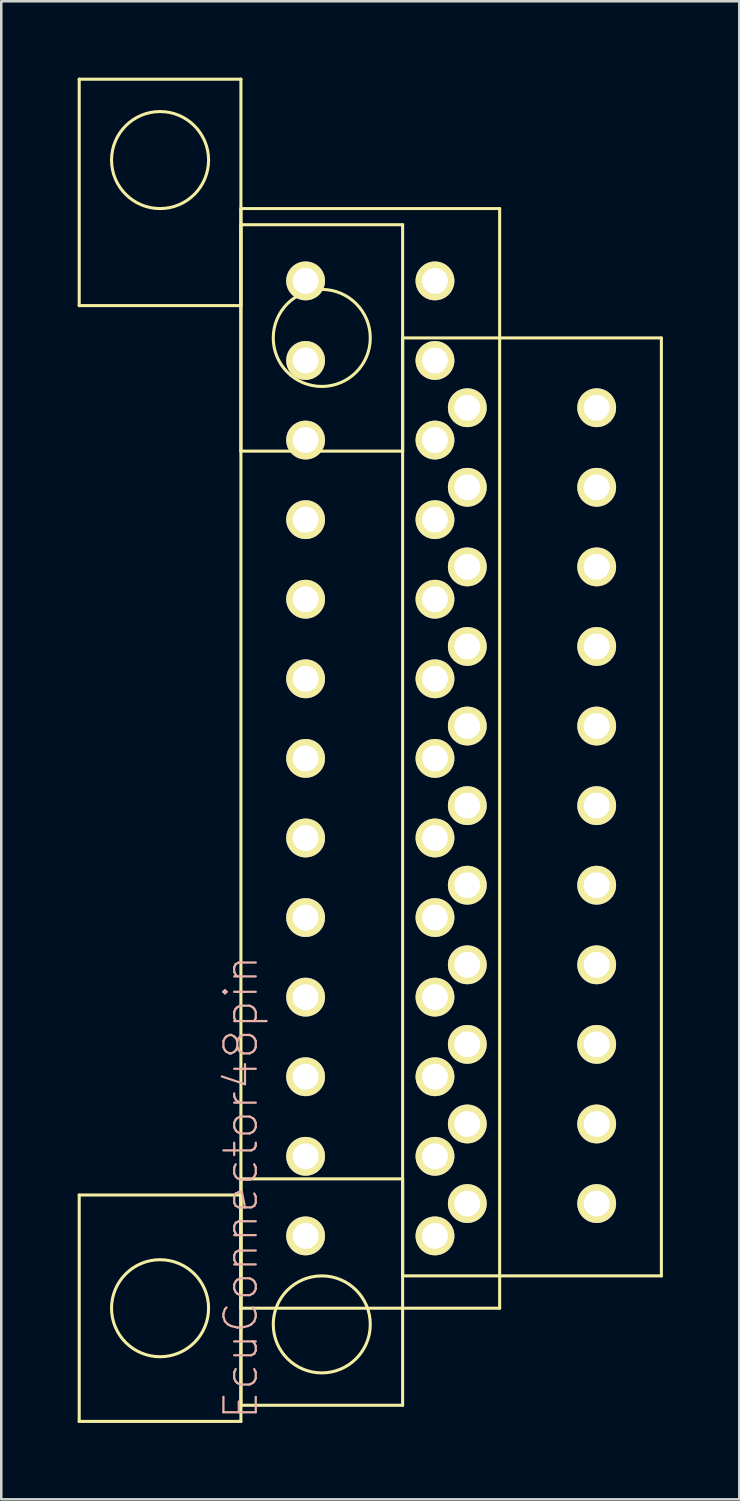
<source format=kicad_pcb>
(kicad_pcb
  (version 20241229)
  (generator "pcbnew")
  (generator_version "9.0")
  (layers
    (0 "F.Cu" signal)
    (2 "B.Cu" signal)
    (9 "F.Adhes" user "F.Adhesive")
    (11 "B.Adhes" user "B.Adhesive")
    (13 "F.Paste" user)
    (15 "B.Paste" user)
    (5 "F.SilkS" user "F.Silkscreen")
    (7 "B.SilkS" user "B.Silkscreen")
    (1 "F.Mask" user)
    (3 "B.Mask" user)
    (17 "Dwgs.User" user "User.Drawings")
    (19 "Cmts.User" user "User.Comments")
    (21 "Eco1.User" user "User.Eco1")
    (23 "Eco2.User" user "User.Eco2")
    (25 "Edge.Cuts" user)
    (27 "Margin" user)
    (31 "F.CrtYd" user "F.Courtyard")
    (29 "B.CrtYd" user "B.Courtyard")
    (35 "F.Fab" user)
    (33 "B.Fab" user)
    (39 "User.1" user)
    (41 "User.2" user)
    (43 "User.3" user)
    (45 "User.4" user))
  (footprint "EcuConnector48pin"
    (layer "F.Cu")
    (at 14.03 26.73)
    (property "Reference" "EcuConnector48pin" (at -7.62 16.845 90) (layer "B.SilkS") (effects (font (size 1.27 1.27) (thickness 0.089))))
    (attr exclude_from_pos_files exclude_from_bom)
    (fp_line (start -13.97 -26.67) (end -7.62 -26.67) (stroke (width 0.12) (type solid)) (layer "F.SilkS"))
    (fp_line (start -13.97 -17.78) (end -13.97 -26.67) (stroke (width 0.12) (type solid)) (layer "F.SilkS"))
    (fp_line (start -13.97 17.145) (end -7.62 17.145) (stroke (width 0.12) (type solid)) (layer "F.SilkS"))
    (fp_line (start -13.97 26.035) (end -13.97 17.145) (stroke (width 0.12) (type solid)) (layer "F.SilkS"))
    (fp_line (start -7.62 -26.67) (end -7.62 -17.78) (stroke (width 0.12) (type solid)) (layer "F.SilkS"))
    (fp_line (start -7.62 -21.59) (end 2.54 -21.59) (stroke (width 0.12) (type solid)) (layer "F.SilkS"))
    (fp_line (start -7.62 -20.955) (end -1.27 -20.955) (stroke (width 0.12) (type solid)) (layer "F.SilkS"))
    (fp_line (start -7.62 -17.78) (end -13.97 -17.78) (stroke (width 0.12) (type solid)) (layer "F.SilkS"))
    (fp_line (start -7.62 -12.065) (end -7.62 -20.955) (stroke (width 0.12) (type solid)) (layer "F.SilkS"))
    (fp_line (start -7.62 16.51) (end -7.62 25.4) (stroke (width 0.12) (type solid)) (layer "F.SilkS"))
    (fp_line (start -7.62 17.145) (end -7.62 26.035) (stroke (width 0.12) (type solid)) (layer "F.SilkS"))
    (fp_line (start -7.62 21.59) (end -7.62 -21.59) (stroke (width 0.12) (type solid)) (layer "F.SilkS"))
    (fp_line (start -7.62 25.4) (end -1.27 25.4) (stroke (width 0.12) (type solid)) (layer "F.SilkS"))
    (fp_line (start -7.62 26.035) (end -13.97 26.035) (stroke (width 0.12) (type solid)) (layer "F.SilkS"))
    (fp_line (start -5.334 -18.496) (end -5.334 -19.004) (stroke (width 0.066) (type solid)) (layer "F.SilkS"))
    (fp_line (start -5.334 -15.371) (end -5.334 -15.879) (stroke (width 0.066) (type solid)) (layer "F.SilkS"))
    (fp_line (start -5.334 -12.246) (end -5.334 -12.754) (stroke (width 0.066) (type solid)) (layer "F.SilkS"))
    (fp_line (start -5.334 -9.121) (end -5.334 -9.629) (stroke (width 0.066) (type solid)) (layer "F.SilkS"))
    (fp_line (start -5.334 -5.996) (end -5.334 -6.504) (stroke (width 0.066) (type solid)) (layer "F.SilkS"))
    (fp_line (start -5.334 -2.871) (end -5.334 -3.379) (stroke (width 0.066) (type solid)) (layer "F.SilkS"))
    (fp_line (start -5.334 0.254) (end -5.334 -0.254) (stroke (width 0.066) (type solid)) (layer "F.SilkS"))
    (fp_line (start -5.334 3.379) (end -5.334 2.871) (stroke (width 0.066) (type solid)) (layer "F.SilkS"))
    (fp_line (start -5.334 6.504) (end -5.334 5.996) (stroke (width 0.066) (type solid)) (layer "F.SilkS"))
    (fp_line (start -5.334 9.629) (end -5.334 9.121) (stroke (width 0.066) (type solid)) (layer "F.SilkS"))
    (fp_line (start -5.334 12.754) (end -5.334 12.246) (stroke (width 0.066) (type solid)) (layer "F.SilkS"))
    (fp_line (start -5.334 15.879) (end -5.334 15.371) (stroke (width 0.066) (type solid)) (layer "F.SilkS"))
    (fp_line (start -5.334 19.004) (end -5.334 18.496) (stroke (width 0.066) (type solid)) (layer "F.SilkS"))
    (fp_line (start -4.826 -19.004) (end -5.334 -19.004) (stroke (width 0.066) (type solid)) (layer "F.SilkS"))
    (fp_line (start -4.826 -18.496) (end -5.334 -18.496) (stroke (width 0.066) (type solid)) (layer "F.SilkS"))
    (fp_line (start -4.826 -18.496) (end -4.826 -19.004) (stroke (width 0.066) (type solid)) (layer "F.SilkS"))
    (fp_line (start -4.826 -15.879) (end -5.334 -15.879) (stroke (width 0.066) (type solid)) (layer "F.SilkS"))
    (fp_line (start -4.826 -15.371) (end -5.334 -15.371) (stroke (width 0.066) (type solid)) (layer "F.SilkS"))
    (fp_line (start -4.826 -15.371) (end -4.826 -15.879) (stroke (width 0.066) (type solid)) (layer "F.SilkS"))
    (fp_line (start -4.826 -12.754) (end -5.334 -12.754) (stroke (width 0.066) (type solid)) (layer "F.SilkS"))
    (fp_line (start -4.826 -12.246) (end -5.334 -12.246) (stroke (width 0.066) (type solid)) (layer "F.SilkS"))
    (fp_line (start -4.826 -12.246) (end -4.826 -12.754) (stroke (width 0.066) (type solid)) (layer "F.SilkS"))
    (fp_line (start -4.826 -9.629) (end -5.334 -9.629) (stroke (width 0.066) (type solid)) (layer "F.SilkS"))
    (fp_line (start -4.826 -9.121) (end -5.334 -9.121) (stroke (width 0.066) (type solid)) (layer "F.SilkS"))
    (fp_line (start -4.826 -9.121) (end -4.826 -9.629) (stroke (width 0.066) (type solid)) (layer "F.SilkS"))
    (fp_line (start -4.826 -6.504) (end -5.334 -6.504) (stroke (width 0.066) (type solid)) (layer "F.SilkS"))
    (fp_line (start -4.826 -5.996) (end -5.334 -5.996) (stroke (width 0.066) (type solid)) (layer "F.SilkS"))
    (fp_line (start -4.826 -5.996) (end -4.826 -6.504) (stroke (width 0.066) (type solid)) (layer "F.SilkS"))
    (fp_line (start -4.826 -3.379) (end -5.334 -3.379) (stroke (width 0.066) (type solid)) (layer "F.SilkS"))
    (fp_line (start -4.826 -2.871) (end -5.334 -2.871) (stroke (width 0.066) (type solid)) (layer "F.SilkS"))
    (fp_line (start -4.826 -2.871) (end -4.826 -3.379) (stroke (width 0.066) (type solid)) (layer "F.SilkS"))
    (fp_line (start -4.826 -0.254) (end -5.334 -0.254) (stroke (width 0.066) (type solid)) (layer "F.SilkS"))
    (fp_line (start -4.826 0.254) (end -5.334 0.254) (stroke (width 0.066) (type solid)) (layer "F.SilkS"))
    (fp_line (start -4.826 0.254) (end -4.826 -0.254) (stroke (width 0.066) (type solid)) (layer "F.SilkS"))
    (fp_line (start -4.826 2.871) (end -5.334 2.871) (stroke (width 0.066) (type solid)) (layer "F.SilkS"))
    (fp_line (start -4.826 3.379) (end -5.334 3.379) (stroke (width 0.066) (type solid)) (layer "F.SilkS"))
    (fp_line (start -4.826 3.379) (end -4.826 2.871) (stroke (width 0.066) (type solid)) (layer "F.SilkS"))
    (fp_line (start -4.826 5.996) (end -5.334 5.996) (stroke (width 0.066) (type solid)) (layer "F.SilkS"))
    (fp_line (start -4.826 6.504) (end -5.334 6.504) (stroke (width 0.066) (type solid)) (layer "F.SilkS"))
    (fp_line (start -4.826 6.504) (end -4.826 5.996) (stroke (width 0.066) (type solid)) (layer "F.SilkS"))
    (fp_line (start -4.826 9.121) (end -5.334 9.121) (stroke (width 0.066) (type solid)) (layer "F.SilkS"))
    (fp_line (start -4.826 9.629) (end -5.334 9.629) (stroke (width 0.066) (type solid)) (layer "F.SilkS"))
    (fp_line (start -4.826 9.629) (end -4.826 9.121) (stroke (width 0.066) (type solid)) (layer "F.SilkS"))
    (fp_line (start -4.826 12.246) (end -5.334 12.246) (stroke (width 0.066) (type solid)) (layer "F.SilkS"))
    (fp_line (start -4.826 12.754) (end -5.334 12.754) (stroke (width 0.066) (type solid)) (layer "F.SilkS"))
    (fp_line (start -4.826 12.754) (end -4.826 12.246) (stroke (width 0.066) (type solid)) (layer "F.SilkS"))
    (fp_line (start -4.826 15.371) (end -5.334 15.371) (stroke (width 0.066) (type solid)) (layer "F.SilkS"))
    (fp_line (start -4.826 15.879) (end -5.334 15.879) (stroke (width 0.066) (type solid)) (layer "F.SilkS"))
    (fp_line (start -4.826 15.879) (end -4.826 15.371) (stroke (width 0.066) (type solid)) (layer "F.SilkS"))
    (fp_line (start -4.826 18.496) (end -5.334 18.496) (stroke (width 0.066) (type solid)) (layer "F.SilkS"))
    (fp_line (start -4.826 19.004) (end -5.334 19.004) (stroke (width 0.066) (type solid)) (layer "F.SilkS"))
    (fp_line (start -4.826 19.004) (end -4.826 18.496) (stroke (width 0.066) (type solid)) (layer "F.SilkS"))
    (fp_line (start -1.27 -20.955) (end -1.27 -12.065) (stroke (width 0.12) (type solid)) (layer "F.SilkS"))
    (fp_line (start -1.27 -16.51) (end -1.27 20.32) (stroke (width 0.12) (type solid)) (layer "F.SilkS"))
    (fp_line (start -1.27 -12.065) (end -7.62 -12.065) (stroke (width 0.12) (type solid)) (layer "F.SilkS"))
    (fp_line (start -1.27 16.51) (end -7.62 16.51) (stroke (width 0.12) (type solid)) (layer "F.SilkS"))
    (fp_line (start -1.27 20.32) (end 8.89 20.32) (stroke (width 0.12) (type solid)) (layer "F.SilkS"))
    (fp_line (start -1.27 25.4) (end -1.27 16.51) (stroke (width 0.12) (type solid)) (layer "F.SilkS"))
    (fp_line (start -0.254 -18.496) (end -0.254 -19.004) (stroke (width 0.066) (type solid)) (layer "F.SilkS"))
    (fp_line (start -0.254 -15.371) (end -0.254 -15.879) (stroke (width 0.066) (type solid)) (layer "F.SilkS"))
    (fp_line (start -0.254 -12.246) (end -0.254 -12.754) (stroke (width 0.066) (type solid)) (layer "F.SilkS"))
    (fp_line (start -0.254 -9.121) (end -0.254 -9.629) (stroke (width 0.066) (type solid)) (layer "F.SilkS"))
    (fp_line (start -0.254 -5.996) (end -0.254 -6.504) (stroke (width 0.066) (type solid)) (layer "F.SilkS"))
    (fp_line (start -0.254 -2.871) (end -0.254 -3.379) (stroke (width 0.066) (type solid)) (layer "F.SilkS"))
    (fp_line (start -0.254 0.254) (end -0.254 -0.254) (stroke (width 0.066) (type solid)) (layer "F.SilkS"))
    (fp_line (start -0.254 3.379) (end -0.254 2.871) (stroke (width 0.066) (type solid)) (layer "F.SilkS"))
    (fp_line (start -0.254 6.504) (end -0.254 5.996) (stroke (width 0.066) (type solid)) (layer "F.SilkS"))
    (fp_line (start -0.254 9.629) (end -0.254 9.121) (stroke (width 0.066) (type solid)) (layer "F.SilkS"))
    (fp_line (start -0.254 12.754) (end -0.254 12.246) (stroke (width 0.066) (type solid)) (layer "F.SilkS"))
    (fp_line (start -0.254 15.879) (end -0.254 15.371) (stroke (width 0.066) (type solid)) (layer "F.SilkS"))
    (fp_line (start -0.254 19.004) (end -0.254 18.496) (stroke (width 0.066) (type solid)) (layer "F.SilkS"))
    (fp_line (start 0.254 -19.004) (end -0.254 -19.004) (stroke (width 0.066) (type solid)) (layer "F.SilkS"))
    (fp_line (start 0.254 -18.496) (end -0.254 -18.496) (stroke (width 0.066) (type solid)) (layer "F.SilkS"))
    (fp_line (start 0.254 -18.496) (end 0.254 -19.004) (stroke (width 0.066) (type solid)) (layer "F.SilkS"))
    (fp_line (start 0.254 -15.879) (end -0.254 -15.879) (stroke (width 0.066) (type solid)) (layer "F.SilkS"))
    (fp_line (start 0.254 -15.371) (end -0.254 -15.371) (stroke (width 0.066) (type solid)) (layer "F.SilkS"))
    (fp_line (start 0.254 -15.371) (end 0.254 -15.879) (stroke (width 0.066) (type solid)) (layer "F.SilkS"))
    (fp_line (start 0.254 -12.754) (end -0.254 -12.754) (stroke (width 0.066) (type solid)) (layer "F.SilkS"))
    (fp_line (start 0.254 -12.246) (end -0.254 -12.246) (stroke (width 0.066) (type solid)) (layer "F.SilkS"))
    (fp_line (start 0.254 -12.246) (end 0.254 -12.754) (stroke (width 0.066) (type solid)) (layer "F.SilkS"))
    (fp_line (start 0.254 -9.629) (end -0.254 -9.629) (stroke (width 0.066) (type solid)) (layer "F.SilkS"))
    (fp_line (start 0.254 -9.121) (end -0.254 -9.121) (stroke (width 0.066) (type solid)) (layer "F.SilkS"))
    (fp_line (start 0.254 -9.121) (end 0.254 -9.629) (stroke (width 0.066) (type solid)) (layer "F.SilkS"))
    (fp_line (start 0.254 -6.504) (end -0.254 -6.504) (stroke (width 0.066) (type solid)) (layer "F.SilkS"))
    (fp_line (start 0.254 -5.996) (end -0.254 -5.996) (stroke (width 0.066) (type solid)) (layer "F.SilkS"))
    (fp_line (start 0.254 -5.996) (end 0.254 -6.504) (stroke (width 0.066) (type solid)) (layer "F.SilkS"))
    (fp_line (start 0.254 -3.379) (end -0.254 -3.379) (stroke (width 0.066) (type solid)) (layer "F.SilkS"))
    (fp_line (start 0.254 -2.871) (end -0.254 -2.871) (stroke (width 0.066) (type solid)) (layer "F.SilkS"))
    (fp_line (start 0.254 -2.871) (end 0.254 -3.379) (stroke (width 0.066) (type solid)) (layer "F.SilkS"))
    (fp_line (start 0.254 -0.254) (end -0.254 -0.254) (stroke (width 0.066) (type solid)) (layer "F.SilkS"))
    (fp_line (start 0.254 0.254) (end -0.254 0.254) (stroke (width 0.066) (type solid)) (layer "F.SilkS"))
    (fp_line (start 0.254 0.254) (end 0.254 -0.254) (stroke (width 0.066) (type solid)) (layer "F.SilkS"))
    (fp_line (start 0.254 2.871) (end -0.254 2.871) (stroke (width 0.066) (type solid)) (layer "F.SilkS"))
    (fp_line (start 0.254 3.379) (end -0.254 3.379) (stroke (width 0.066) (type solid)) (layer "F.SilkS"))
    (fp_line (start 0.254 3.379) (end 0.254 2.871) (stroke (width 0.066) (type solid)) (layer "F.SilkS"))
    (fp_line (start 0.254 5.996) (end -0.254 5.996) (stroke (width 0.066) (type solid)) (layer "F.SilkS"))
    (fp_line (start 0.254 6.504) (end -0.254 6.504) (stroke (width 0.066) (type solid)) (layer "F.SilkS"))
    (fp_line (start 0.254 6.504) (end 0.254 5.996) (stroke (width 0.066) (type solid)) (layer "F.SilkS"))
    (fp_line (start 0.254 9.121) (end -0.254 9.121) (stroke (width 0.066) (type solid)) (layer "F.SilkS"))
    (fp_line (start 0.254 9.629) (end -0.254 9.629) (stroke (width 0.066) (type solid)) (layer "F.SilkS"))
    (fp_line (start 0.254 9.629) (end 0.254 9.121) (stroke (width 0.066) (type solid)) (layer "F.SilkS"))
    (fp_line (start 0.254 12.246) (end -0.254 12.246) (stroke (width 0.066) (type solid)) (layer "F.SilkS"))
    (fp_line (start 0.254 12.754) (end -0.254 12.754) (stroke (width 0.066) (type solid)) (layer "F.SilkS"))
    (fp_line (start 0.254 12.754) (end 0.254 12.246) (stroke (width 0.066) (type solid)) (layer "F.SilkS"))
    (fp_line (start 0.254 15.371) (end -0.254 15.371) (stroke (width 0.066) (type solid)) (layer "F.SilkS"))
    (fp_line (start 0.254 15.879) (end -0.254 15.879) (stroke (width 0.066) (type solid)) (layer "F.SilkS"))
    (fp_line (start 0.254 15.879) (end 0.254 15.371) (stroke (width 0.066) (type solid)) (layer "F.SilkS"))
    (fp_line (start 0.254 18.496) (end -0.254 18.496) (stroke (width 0.066) (type solid)) (layer "F.SilkS"))
    (fp_line (start 0.254 19.004) (end -0.254 19.004) (stroke (width 0.066) (type solid)) (layer "F.SilkS"))
    (fp_line (start 0.254 19.004) (end 0.254 18.496) (stroke (width 0.066) (type solid)) (layer "F.SilkS"))
    (fp_line (start 1.016 -14.024) (end 1.016 -13.516) (stroke (width 0.066) (type solid)) (layer "F.SilkS"))
    (fp_line (start 1.016 -10.899) (end 1.016 -10.391) (stroke (width 0.066) (type solid)) (layer "F.SilkS"))
    (fp_line (start 1.016 -7.774) (end 1.016 -7.266) (stroke (width 0.066) (type solid)) (layer "F.SilkS"))
    (fp_line (start 1.016 -4.649) (end 1.016 -4.141) (stroke (width 0.066) (type solid)) (layer "F.SilkS"))
    (fp_line (start 1.016 -1.524) (end 1.016 -1.016) (stroke (width 0.066) (type solid)) (layer "F.SilkS"))
    (fp_line (start 1.016 1.601) (end 1.016 2.109) (stroke (width 0.066) (type solid)) (layer "F.SilkS"))
    (fp_line (start 1.016 4.726) (end 1.016 5.234) (stroke (width 0.066) (type solid)) (layer "F.SilkS"))
    (fp_line (start 1.016 7.851) (end 1.016 8.359) (stroke (width 0.066) (type solid)) (layer "F.SilkS"))
    (fp_line (start 1.016 10.976) (end 1.016 11.484) (stroke (width 0.066) (type solid)) (layer "F.SilkS"))
    (fp_line (start 1.016 14.101) (end 1.016 14.609) (stroke (width 0.066) (type solid)) (layer "F.SilkS"))
    (fp_line (start 1.016 17.226) (end 1.016 17.734) (stroke (width 0.066) (type solid)) (layer "F.SilkS"))
    (fp_line (start 1.524 -14.024) (end 1.016 -14.024) (stroke (width 0.066) (type solid)) (layer "F.SilkS"))
    (fp_line (start 1.524 -14.024) (end 1.524 -13.516) (stroke (width 0.066) (type solid)) (layer "F.SilkS"))
    (fp_line (start 1.524 -13.516) (end 1.016 -13.516) (stroke (width 0.066) (type solid)) (layer "F.SilkS"))
    (fp_line (start 1.524 -10.899) (end 1.016 -10.899) (stroke (width 0.066) (type solid)) (layer "F.SilkS"))
    (fp_line (start 1.524 -10.899) (end 1.524 -10.391) (stroke (width 0.066) (type solid)) (layer "F.SilkS"))
    (fp_line (start 1.524 -10.391) (end 1.016 -10.391) (stroke (width 0.066) (type solid)) (layer "F.SilkS"))
    (fp_line (start 1.524 -7.774) (end 1.016 -7.774) (stroke (width 0.066) (type solid)) (layer "F.SilkS"))
    (fp_line (start 1.524 -7.774) (end 1.524 -7.266) (stroke (width 0.066) (type solid)) (layer "F.SilkS"))
    (fp_line (start 1.524 -7.266) (end 1.016 -7.266) (stroke (width 0.066) (type solid)) (layer "F.SilkS"))
    (fp_line (start 1.524 -4.649) (end 1.016 -4.649) (stroke (width 0.066) (type solid)) (layer "F.SilkS"))
    (fp_line (start 1.524 -4.649) (end 1.524 -4.141) (stroke (width 0.066) (type solid)) (layer "F.SilkS"))
    (fp_line (start 1.524 -4.141) (end 1.016 -4.141) (stroke (width 0.066) (type solid)) (layer "F.SilkS"))
    (fp_line (start 1.524 -1.524) (end 1.016 -1.524) (stroke (width 0.066) (type solid)) (layer "F.SilkS"))
    (fp_line (start 1.524 -1.524) (end 1.524 -1.016) (stroke (width 0.066) (type solid)) (layer "F.SilkS"))
    (fp_line (start 1.524 -1.016) (end 1.016 -1.016) (stroke (width 0.066) (type solid)) (layer "F.SilkS"))
    (fp_line (start 1.524 1.601) (end 1.016 1.601) (stroke (width 0.066) (type solid)) (layer "F.SilkS"))
    (fp_line (start 1.524 1.601) (end 1.524 2.109) (stroke (width 0.066) (type solid)) (layer "F.SilkS"))
    (fp_line (start 1.524 2.109) (end 1.016 2.109) (stroke (width 0.066) (type solid)) (layer "F.SilkS"))
    (fp_line (start 1.524 4.726) (end 1.016 4.726) (stroke (width 0.066) (type solid)) (layer "F.SilkS"))
    (fp_line (start 1.524 4.726) (end 1.524 5.234) (stroke (width 0.066) (type solid)) (layer "F.SilkS"))
    (fp_line (start 1.524 5.234) (end 1.016 5.234) (stroke (width 0.066) (type solid)) (layer "F.SilkS"))
    (fp_line (start 1.524 7.851) (end 1.016 7.851) (stroke (width 0.066) (type solid)) (layer "F.SilkS"))
    (fp_line (start 1.524 7.851) (end 1.524 8.359) (stroke (width 0.066) (type solid)) (layer "F.SilkS"))
    (fp_line (start 1.524 8.359) (end 1.016 8.359) (stroke (width 0.066) (type solid)) (layer "F.SilkS"))
    (fp_line (start 1.524 10.976) (end 1.016 10.976) (stroke (width 0.066) (type solid)) (layer "F.SilkS"))
    (fp_line (start 1.524 10.976) (end 1.524 11.484) (stroke (width 0.066) (type solid)) (layer "F.SilkS"))
    (fp_line (start 1.524 11.484) (end 1.016 11.484) (stroke (width 0.066) (type solid)) (layer "F.SilkS"))
    (fp_line (start 1.524 14.101) (end 1.016 14.101) (stroke (width 0.066) (type solid)) (layer "F.SilkS"))
    (fp_line (start 1.524 14.101) (end 1.524 14.609) (stroke (width 0.066) (type solid)) (layer "F.SilkS"))
    (fp_line (start 1.524 14.609) (end 1.016 14.609) (stroke (width 0.066) (type solid)) (layer "F.SilkS"))
    (fp_line (start 1.524 17.226) (end 1.016 17.226) (stroke (width 0.066) (type solid)) (layer "F.SilkS"))
    (fp_line (start 1.524 17.226) (end 1.524 17.734) (stroke (width 0.066) (type solid)) (layer "F.SilkS"))
    (fp_line (start 1.524 17.734) (end 1.016 17.734) (stroke (width 0.066) (type solid)) (layer "F.SilkS"))
    (fp_line (start 2.54 -21.59) (end 2.54 21.59) (stroke (width 0.12) (type solid)) (layer "F.SilkS"))
    (fp_line (start 2.54 21.59) (end -7.62 21.59) (stroke (width 0.12) (type solid)) (layer "F.SilkS"))
    (fp_line (start 6.096 -14.024) (end 6.096 -13.516) (stroke (width 0.066) (type solid)) (layer "F.SilkS"))
    (fp_line (start 6.096 -10.899) (end 6.096 -10.391) (stroke (width 0.066) (type solid)) (layer "F.SilkS"))
    (fp_line (start 6.096 -7.774) (end 6.096 -7.266) (stroke (width 0.066) (type solid)) (layer "F.SilkS"))
    (fp_line (start 6.096 -4.649) (end 6.096 -4.141) (stroke (width 0.066) (type solid)) (layer "F.SilkS"))
    (fp_line (start 6.096 -1.524) (end 6.096 -1.016) (stroke (width 0.066) (type solid)) (layer "F.SilkS"))
    (fp_line (start 6.096 1.601) (end 6.096 2.109) (stroke (width 0.066) (type solid)) (layer "F.SilkS"))
    (fp_line (start 6.096 4.726) (end 6.096 5.234) (stroke (width 0.066) (type solid)) (layer "F.SilkS"))
    (fp_line (start 6.096 7.851) (end 6.096 8.359) (stroke (width 0.066) (type solid)) (layer "F.SilkS"))
    (fp_line (start 6.096 10.976) (end 6.096 11.484) (stroke (width 0.066) (type solid)) (layer "F.SilkS"))
    (fp_line (start 6.096 14.101) (end 6.096 14.609) (stroke (width 0.066) (type solid)) (layer "F.SilkS"))
    (fp_line (start 6.096 17.226) (end 6.096 17.734) (stroke (width 0.066) (type solid)) (layer "F.SilkS"))
    (fp_line (start 6.604 -14.024) (end 6.096 -14.024) (stroke (width 0.066) (type solid)) (layer "F.SilkS"))
    (fp_line (start 6.604 -14.024) (end 6.604 -13.516) (stroke (width 0.066) (type solid)) (layer "F.SilkS"))
    (fp_line (start 6.604 -13.516) (end 6.096 -13.516) (stroke (width 0.066) (type solid)) (layer "F.SilkS"))
    (fp_line (start 6.604 -10.899) (end 6.096 -10.899) (stroke (width 0.066) (type solid)) (layer "F.SilkS"))
    (fp_line (start 6.604 -10.899) (end 6.604 -10.391) (stroke (width 0.066) (type solid)) (layer "F.SilkS"))
    (fp_line (start 6.604 -10.391) (end 6.096 -10.391) (stroke (width 0.066) (type solid)) (layer "F.SilkS"))
    (fp_line (start 6.604 -7.774) (end 6.096 -7.774) (stroke (width 0.066) (type solid)) (layer "F.SilkS"))
    (fp_line (start 6.604 -7.774) (end 6.604 -7.266) (stroke (width 0.066) (type solid)) (layer "F.SilkS"))
    (fp_line (start 6.604 -7.266) (end 6.096 -7.266) (stroke (width 0.066) (type solid)) (layer "F.SilkS"))
    (fp_line (start 6.604 -4.649) (end 6.096 -4.649) (stroke (width 0.066) (type solid)) (layer "F.SilkS"))
    (fp_line (start 6.604 -4.649) (end 6.604 -4.141) (stroke (width 0.066) (type solid)) (layer "F.SilkS"))
    (fp_line (start 6.604 -4.141) (end 6.096 -4.141) (stroke (width 0.066) (type solid)) (layer "F.SilkS"))
    (fp_line (start 6.604 -1.524) (end 6.096 -1.524) (stroke (width 0.066) (type solid)) (layer "F.SilkS"))
    (fp_line (start 6.604 -1.524) (end 6.604 -1.016) (stroke (width 0.066) (type solid)) (layer "F.SilkS"))
    (fp_line (start 6.604 -1.016) (end 6.096 -1.016) (stroke (width 0.066) (type solid)) (layer "F.SilkS"))
    (fp_line (start 6.604 1.601) (end 6.096 1.601) (stroke (width 0.066) (type solid)) (layer "F.SilkS"))
    (fp_line (start 6.604 1.601) (end 6.604 2.109) (stroke (width 0.066) (type solid)) (layer "F.SilkS"))
    (fp_line (start 6.604 2.109) (end 6.096 2.109) (stroke (width 0.066) (type solid)) (layer "F.SilkS"))
    (fp_line (start 6.604 4.726) (end 6.096 4.726) (stroke (width 0.066) (type solid)) (layer "F.SilkS"))
    (fp_line (start 6.604 4.726) (end 6.604 5.234) (stroke (width 0.066) (type solid)) (layer "F.SilkS"))
    (fp_line (start 6.604 5.234) (end 6.096 5.234) (stroke (width 0.066) (type solid)) (layer "F.SilkS"))
    (fp_line (start 6.604 7.851) (end 6.096 7.851) (stroke (width 0.066) (type solid)) (layer "F.SilkS"))
    (fp_line (start 6.604 7.851) (end 6.604 8.359) (stroke (width 0.066) (type solid)) (layer "F.SilkS"))
    (fp_line (start 6.604 8.359) (end 6.096 8.359) (stroke (width 0.066) (type solid)) (layer "F.SilkS"))
    (fp_line (start 6.604 10.976) (end 6.096 10.976) (stroke (width 0.066) (type solid)) (layer "F.SilkS"))
    (fp_line (start 6.604 10.976) (end 6.604 11.484) (stroke (width 0.066) (type solid)) (layer "F.SilkS"))
    (fp_line (start 6.604 11.484) (end 6.096 11.484) (stroke (width 0.066) (type solid)) (layer "F.SilkS"))
    (fp_line (start 6.604 14.101) (end 6.096 14.101) (stroke (width 0.066) (type solid)) (layer "F.SilkS"))
    (fp_line (start 6.604 14.101) (end 6.604 14.609) (stroke (width 0.066) (type solid)) (layer "F.SilkS"))
    (fp_line (start 6.604 14.609) (end 6.096 14.609) (stroke (width 0.066) (type solid)) (layer "F.SilkS"))
    (fp_line (start 6.604 17.226) (end 6.096 17.226) (stroke (width 0.066) (type solid)) (layer "F.SilkS"))
    (fp_line (start 6.604 17.226) (end 6.604 17.734) (stroke (width 0.066) (type solid)) (layer "F.SilkS"))
    (fp_line (start 6.604 17.734) (end 6.096 17.734) (stroke (width 0.066) (type solid)) (layer "F.SilkS"))
    (fp_line (start 8.89 -16.51) (end -1.27 -16.51) (stroke (width 0.12) (type solid)) (layer "F.SilkS"))
    (fp_line (start 8.89 20.32) (end 8.89 -16.51) (stroke (width 0.12) (type solid)) (layer "F.SilkS"))
    (fp_circle (center -10.795 -23.495) (end -8.89 -23.495) (stroke (width 0.12) (type solid)) (fill no) (layer "F.SilkS"))
    (fp_circle (center -10.795 21.59) (end -8.89 21.59) (stroke (width 0.12) (type solid)) (fill no) (layer "F.SilkS"))
    (fp_circle (center -4.445 -16.51) (end -2.54 -16.51) (stroke (width 0.12) (type solid)) (fill no) (layer "F.SilkS"))
    (fp_circle (center -4.445 22.225) (end -2.54 22.225) (stroke (width 0.12) (type solid)) (fill no) (layer "F.SilkS"))
    (pad "2A" thru_hole circle (at 0 18.75 90) (size 1.524 1.524) (drill 1.016) (layers "*.Cu" "F.Mask" "F.SilkS" "F.Paste"))
    (pad "2B" thru_hole circle (at -5.08 18.75 90) (size 1.524 1.524) (drill 1.016) (layers "*.Cu" "F.Mask" "F.SilkS" "F.Paste"))
    (pad "2C" thru_hole circle (at 0 15.625 90) (size 1.524 1.524) (drill 1.016) (layers "*.Cu" "F.Mask" "F.SilkS" "F.Paste"))
    (pad "2D" thru_hole circle (at -5.08 15.625 90) (size 1.524 1.524) (drill 1.016) (layers "*.Cu" "F.Mask" "F.SilkS" "F.Paste"))
    (pad "2E" thru_hole circle (at 0 12.5 90) (size 1.524 1.524) (drill 1.016) (layers "*.Cu" "F.Mask" "F.SilkS" "F.Paste"))
    (pad "2F" thru_hole circle (at -5.08 12.5 90) (size 1.524 1.524) (drill 1.016) (layers "*.Cu" "F.Mask" "F.SilkS" "F.Paste"))
    (pad "2G" thru_hole circle (at 0 9.375 90) (size 1.524 1.524) (drill 1.016) (layers "*.Cu" "F.Mask" "F.SilkS" "F.Paste"))
    (pad "2H" thru_hole circle (at -5.08 9.375 90) (size 1.524 1.524) (drill 1.016) (layers "*.Cu" "F.Mask" "F.SilkS" "F.Paste"))
    (pad "2I" thru_hole circle (at 0 6.25 90) (size 1.524 1.524) (drill 1.016) (layers "*.Cu" "F.Mask" "F.SilkS" "F.Paste"))
    (pad "2J" thru_hole circle (at -5.08 6.25 90) (size 1.524 1.524) (drill 1.016) (layers "*.Cu" "F.Mask" "F.SilkS" "F.Paste"))
    (pad "2K" thru_hole circle (at 0 3.125 90) (size 1.524 1.524) (drill 1.016) (layers "*.Cu" "F.Mask" "F.SilkS" "F.Paste"))
    (pad "2L" thru_hole circle (at -5.08 3.125 90) (size 1.524 1.524) (drill 1.016) (layers "*.Cu" "F.Mask" "F.SilkS" "F.Paste"))
    (pad "2M" thru_hole circle (at 0 0 90) (size 1.524 1.524) (drill 1.016) (layers "*.Cu" "F.Mask" "F.SilkS" "F.Paste"))
    (pad "2N" thru_hole circle (at -5.08 0 90) (size 1.524 1.524) (drill 1.016) (layers "*.Cu" "F.Mask" "F.SilkS" "F.Paste"))
    (pad "2O" thru_hole circle (at 0 -3.125 90) (size 1.524 1.524) (drill 1.016) (layers "*.Cu" "F.Mask" "F.SilkS" "F.Paste"))
    (pad "2P" thru_hole circle (at -5.08 -3.125 90) (size 1.524 1.524) (drill 1.016) (layers "*.Cu" "F.Mask" "F.SilkS" "F.Paste"))
    (pad "2Q" thru_hole circle (at 0 -6.25 90) (size 1.524 1.524) (drill 1.016) (layers "*.Cu" "F.Mask" "F.SilkS" "F.Paste"))
    (pad "2R" thru_hole circle (at -5.08 -6.25 90) (size 1.524 1.524) (drill 1.016) (layers "*.Cu" "F.Mask" "F.SilkS" "F.Paste"))
    (pad "2S" thru_hole circle (at 0 -9.375 90) (size 1.524 1.524) (drill 1.016) (layers "*.Cu" "F.Mask" "F.SilkS" "F.Paste"))
    (pad "2T" thru_hole circle (at -5.08 -9.375 90) (size 1.524 1.524) (drill 1.016) (layers "*.Cu" "F.Mask" "F.SilkS" "F.Paste"))
    (pad "2U" thru_hole circle (at 0 -12.5 90) (size 1.524 1.524) (drill 1.016) (layers "*.Cu" "F.Mask" "F.SilkS" "F.Paste"))
    (pad "2V" thru_hole circle (at -5.08 -12.5 90) (size 1.524 1.524) (drill 1.016) (layers "*.Cu" "F.Mask" "F.SilkS" "F.Paste"))
    (pad "2W" thru_hole circle (at 0 -15.625 90) (size 1.524 1.524) (drill 1.016) (layers "*.Cu" "F.Mask" "F.SilkS" "F.Paste"))
    (pad "2X" thru_hole circle (at -5.08 -15.625 90) (size 1.524 1.524) (drill 1.016) (layers "*.Cu" "F.Mask" "F.SilkS" "F.Paste"))
    (pad "2Y" thru_hole circle (at 0 -18.75 90) (size 1.524 1.524) (drill 1.016) (layers "*.Cu" "F.Mask" "F.SilkS" "F.Paste"))
    (pad "2Z" thru_hole circle (at -5.08 -18.75 90) (size 1.524 1.524) (drill 1.016) (layers "*.Cu" "F.Mask" "F.SilkS" "F.Paste"))
    (pad "A" thru_hole circle (at 6.35 17.48 90) (size 1.524 1.524) (drill 1.016) (layers "*.Cu" "F.Mask" "F.SilkS" "F.Paste"))
    (pad "B" thru_hole circle (at 1.27 17.48 90) (size 1.524 1.524) (drill 1.016) (layers "*.Cu" "F.Mask" "F.SilkS" "F.Paste"))
    (pad "C" thru_hole circle (at 6.35 14.355 90) (size 1.524 1.524) (drill 1.016) (layers "*.Cu" "F.Mask" "F.SilkS" "F.Paste"))
    (pad "D" thru_hole circle (at 1.27 14.355 90) (size 1.524 1.524) (drill 1.016) (layers "*.Cu" "F.Mask" "F.SilkS" "F.Paste"))
    (pad "E" thru_hole circle (at 6.35 11.23 90) (size 1.524 1.524) (drill 1.016) (layers "*.Cu" "F.Mask" "F.SilkS" "F.Paste"))
    (pad "F" thru_hole circle (at 1.27 11.23 90) (size 1.524 1.524) (drill 1.016) (layers "*.Cu" "F.Mask" "F.SilkS" "F.Paste"))
    (pad "G" thru_hole circle (at 6.35 8.105 90) (size 1.524 1.524) (drill 1.016) (layers "*.Cu" "F.Mask" "F.SilkS" "F.Paste"))
    (pad "H" thru_hole circle (at 1.27 8.105 90) (size 1.524 1.524) (drill 1.016) (layers "*.Cu" "F.Mask" "F.SilkS" "F.Paste"))
    (pad "I" thru_hole circle (at 6.35 4.98 90) (size 1.524 1.524) (drill 1.016) (layers "*.Cu" "F.Mask" "F.SilkS" "F.Paste"))
    (pad "J" thru_hole circle (at 1.27 4.98 90) (size 1.524 1.524) (drill 1.016) (layers "*.Cu" "F.Mask" "F.SilkS" "F.Paste"))
    (pad "K" thru_hole circle (at 6.35 1.855 90) (size 1.524 1.524) (drill 1.016) (layers "*.Cu" "F.Mask" "F.SilkS" "F.Paste"))
    (pad "L" thru_hole circle (at 1.27 1.855 90) (size 1.524 1.524) (drill 1.016) (layers "*.Cu" "F.Mask" "F.SilkS" "F.Paste"))
    (pad "M" thru_hole circle (at 6.35 -1.27 90) (size 1.524 1.524) (drill 1.016) (layers "*.Cu" "F.Mask" "F.SilkS" "F.Paste"))
    (pad "N" thru_hole circle (at 1.27 -1.27 90) (size 1.524 1.524) (drill 1.016) (layers "*.Cu" "F.Mask" "F.SilkS" "F.Paste"))
    (pad "O" thru_hole circle (at 6.35 -4.395 90) (size 1.524 1.524) (drill 1.016) (layers "*.Cu" "F.Mask" "F.SilkS" "F.Paste"))
    (pad "P" thru_hole circle (at 1.27 -4.395 90) (size 1.524 1.524) (drill 1.016) (layers "*.Cu" "F.Mask" "F.SilkS" "F.Paste"))
    (pad "Q" thru_hole circle (at 6.35 -7.52 90) (size 1.524 1.524) (drill 1.016) (layers "*.Cu" "F.Mask" "F.SilkS" "F.Paste"))
    (pad "R" thru_hole circle (at 1.27 -7.52 90) (size 1.524 1.524) (drill 1.016) (layers "*.Cu" "F.Mask" "F.SilkS" "F.Paste"))
    (pad "S" thru_hole circle (at 6.35 -10.645 90) (size 1.524 1.524) (drill 1.016) (layers "*.Cu" "F.Mask" "F.SilkS" "F.Paste"))
    (pad "T" thru_hole circle (at 1.27 -10.645 90) (size 1.524 1.524) (drill 1.016) (layers "*.Cu" "F.Mask" "F.SilkS" "F.Paste"))
    (pad "U" thru_hole circle (at 6.35 -13.77 90) (size 1.524 1.524) (drill 1.016) (layers "*.Cu" "F.Mask" "F.SilkS" "F.Paste"))
    (pad "V" thru_hole circle (at 1.27 -13.77 90) (size 1.524 1.524) (drill 1.016) (layers "*.Cu" "F.Mask" "F.SilkS" "F.Paste")))
  (gr_rect
    (start -3 -3)
    (end 25.98 55.825)
    (stroke (width 0.1) (type default))
    (fill no)
    (layer "Edge.Cuts")))
</source>
